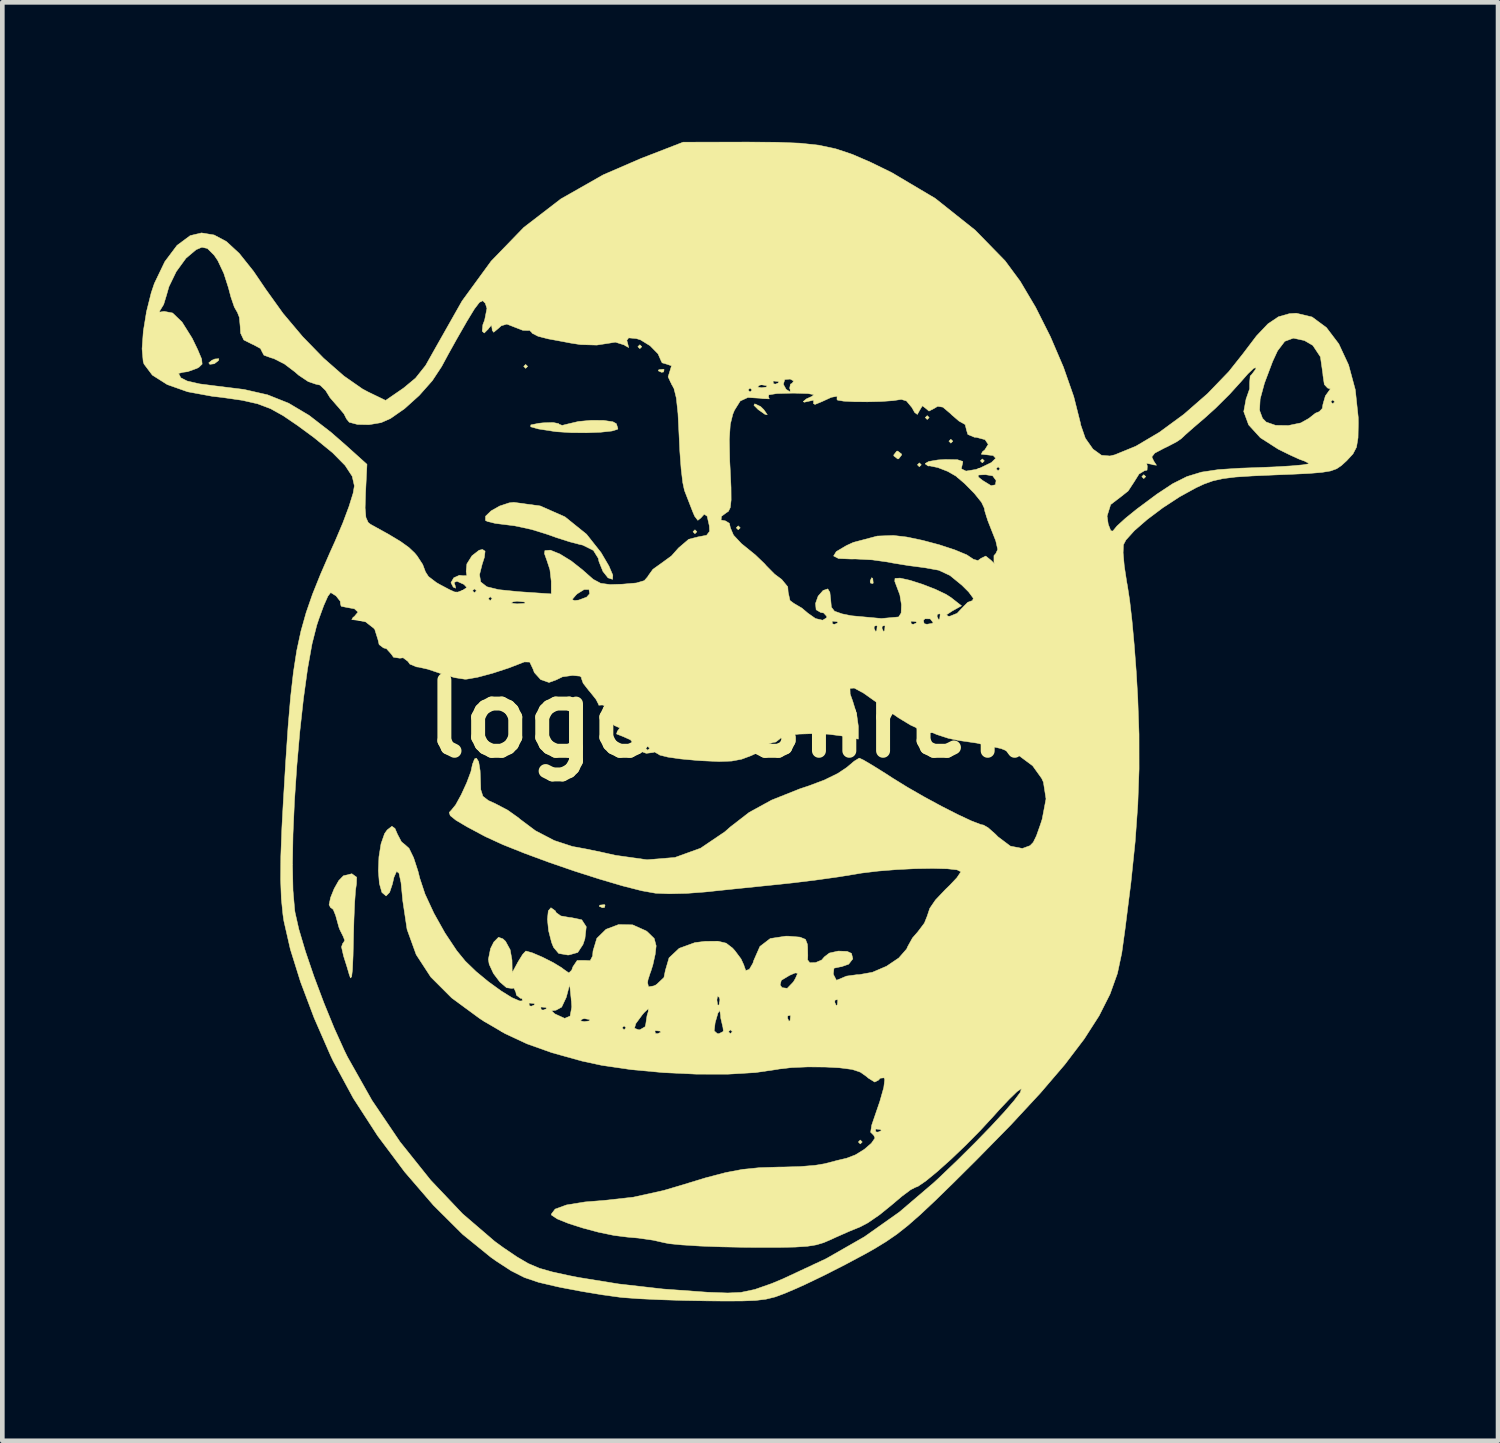
<source format=kicad_pcb>
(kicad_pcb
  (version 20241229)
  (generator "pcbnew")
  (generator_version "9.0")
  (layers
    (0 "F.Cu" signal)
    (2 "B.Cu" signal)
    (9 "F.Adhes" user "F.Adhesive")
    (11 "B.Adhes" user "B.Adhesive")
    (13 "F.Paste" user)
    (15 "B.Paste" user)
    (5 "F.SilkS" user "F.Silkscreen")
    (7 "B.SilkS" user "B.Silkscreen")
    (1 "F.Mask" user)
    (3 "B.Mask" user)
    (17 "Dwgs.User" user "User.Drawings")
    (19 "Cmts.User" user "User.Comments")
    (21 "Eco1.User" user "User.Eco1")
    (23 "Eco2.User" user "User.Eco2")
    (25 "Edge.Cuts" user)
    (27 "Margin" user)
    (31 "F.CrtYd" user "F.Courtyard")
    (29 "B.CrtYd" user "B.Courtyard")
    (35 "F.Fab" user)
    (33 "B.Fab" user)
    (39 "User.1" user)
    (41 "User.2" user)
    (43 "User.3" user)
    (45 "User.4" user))
  (footprint "logo-shrekt"
    (layer "F.Cu")
    (at 13.038 12.407)
    (property "Reference" "logo-shrekt" (at 0 0 0) (layer "F.SilkS") (effects (font (size 1.524 1.524) (thickness 0.3))))
    (attr through_hole)
    (fp_poly (pts (xy -4.741 -7.578) (xy -4.784 -7.535) (xy -4.826 -7.578) (xy -4.784 -7.62) (xy -4.741 -7.578)) (stroke (width 0.01) (type solid)) (fill yes) (layer "F.SilkS"))
    (fp_poly (pts (xy -2.286 -8.001) (xy -2.328 -7.959) (xy -2.371 -8.001) (xy -2.328 -8.043) (xy -2.286 -8.001)) (stroke (width 0.01) (type solid)) (fill yes) (layer "F.SilkS"))
    (fp_poly (pts (xy -1.101 -4.022) (xy -1.143 -3.979) (xy -1.185 -4.022) (xy -1.143 -4.064) (xy -1.101 -4.022)) (stroke (width 0.01) (type solid)) (fill yes) (layer "F.SilkS"))
    (fp_poly (pts (xy -0.169 -4.106) (xy -0.212 -4.064) (xy -0.254 -4.106) (xy -0.212 -4.149) (xy -0.169 -4.106)) (stroke (width 0.01) (type solid)) (fill yes) (layer "F.SilkS"))
    (fp_poly (pts (xy 2.455 9.102) (xy 2.413 9.144) (xy 2.371 9.102) (xy 2.413 9.059) (xy 2.455 9.102)) (stroke (width 0.01) (type solid)) (fill yes) (layer "F.SilkS"))
    (fp_poly (pts (xy 3.725 -5.461) (xy 3.683 -5.419) (xy 3.641 -5.461) (xy 3.683 -5.503) (xy 3.725 -5.461)) (stroke (width 0.01) (type solid)) (fill yes) (layer "F.SilkS"))
    (fp_poly (pts (xy 3.895 -6.477) (xy 3.852 -6.435) (xy 3.81 -6.477) (xy 3.852 -6.519) (xy 3.895 -6.477)) (stroke (width 0.01) (type solid)) (fill yes) (layer "F.SilkS"))
    (fp_poly (pts (xy 4.403 -5.969) (xy 4.36 -5.927) (xy 4.318 -5.969) (xy 4.36 -6.011) (xy 4.403 -5.969)) (stroke (width 0.01) (type solid)) (fill yes) (layer "F.SilkS"))
    (fp_poly (pts (xy 5.08 -5.546) (xy 5.038 -5.503) (xy 4.995 -5.546) (xy 5.038 -5.588) (xy 5.08 -5.546)) (stroke (width 0.01) (type solid)) (fill yes) (layer "F.SilkS"))
    (fp_poly (pts (xy 8.551 -5.207) (xy 8.509 -5.165) (xy 8.467 -5.207) (xy 8.509 -5.249) (xy 8.551 -5.207)) (stroke (width 0.01) (type solid)) (fill yes) (layer "F.SilkS"))
    (fp_poly (pts (xy -3.076 4.008) (xy -3.088 4.058) (xy -3.133 4.064) (xy -3.202 4.033) (xy -3.189 4.008) (xy -3.089 3.997) (xy -3.076 4.008)) (stroke (width 0.01) (type solid)) (fill yes) (layer "F.SilkS"))
    (fp_poly (pts (xy -1.806 -7.507) (xy -1.818 -7.457) (xy -1.863 -7.451) (xy -1.932 -7.482) (xy -1.919 -7.507) (xy -1.819 -7.517) (xy -1.806 -7.507)) (stroke (width 0.01) (type solid)) (fill yes) (layer "F.SilkS"))
    (fp_poly (pts (xy 2.681 -3.02) (xy 2.691 -2.919) (xy 2.681 -2.907) (xy 2.631 -2.919) (xy 2.625 -2.963) (xy 2.656 -3.033) (xy 2.681 -3.02)) (stroke (width 0.01) (type solid)) (fill yes) (layer "F.SilkS"))
    (fp_poly (pts (xy -11.388 -7.704) (xy -11.479 -7.634) (xy -11.576 -7.622) (xy -11.599 -7.653) (xy -11.533 -7.708) (xy -11.468 -7.737) (xy -11.381 -7.743) (xy -11.388 -7.704)) (stroke (width 0.01) (type solid)) (fill yes) (layer "F.SilkS"))
    (fp_poly (pts (xy 0.268 -6.715) (xy 0.339 -6.646) (xy 0.413 -6.539) (xy 0.364 -6.546) (xy 0.217 -6.649) (xy 0.125 -6.741) (xy 0.143 -6.773) (xy 0.268 -6.715)) (stroke (width 0.01) (type solid)) (fill yes) (layer "F.SilkS"))
    (fp_poly (pts (xy 3.3 -5.693) (xy 3.302 -5.673) (xy 3.238 -5.59) (xy 3.217 -5.588) (xy 3.135 -5.652) (xy 3.133 -5.673) (xy 3.197 -5.755) (xy 3.217 -5.757) (xy 3.3 -5.693)) (stroke (width 0.01) (type solid)) (fill yes) (layer "F.SilkS"))
    (fp_poly (pts (xy -4.146 4.131) (xy -4.127 4.17) (xy -4.027 4.241) (xy -3.83 4.275) (xy -3.803 4.276) (xy -3.577 4.324) (xy -3.48 4.473) (xy -3.509 4.73) (xy -3.55 4.853) (xy -3.663 5.026) (xy -3.855 5.08) (xy -3.884 5.08) (xy -4.073 5.047) (xy -4.184 4.915) (xy -4.225 4.813) (xy -4.291 4.556) (xy -4.315 4.312) (xy -4.297 4.131) (xy -4.24 4.064) (xy -4.146 4.131)) (stroke (width 0.01) (type solid)) (fill yes) (layer "F.SilkS"))
    (fp_poly (pts (xy -3.107 -6.416) (xy -2.906 -6.386) (xy -2.833 -6.345) (xy -2.8 -6.242) (xy -2.807 -6.225) (xy -2.927 -6.188) (xy -3.167 -6.162) (xy -3.477 -6.15) (xy -3.808 -6.153) (xy -4.11 -6.172) (xy -4.173 -6.18) (xy -4.508 -6.232) (xy -4.675 -6.278) (xy -4.673 -6.319) (xy -4.502 -6.354) (xy -4.407 -6.364) (xy -4.194 -6.371) (xy -4.074 -6.347) (xy -4.064 -6.333) (xy -3.998 -6.309) (xy -3.873 -6.34) (xy -3.648 -6.393) (xy -3.374 -6.418) (xy -3.107 -6.416)) (stroke (width 0.01) (type solid)) (fill yes) (layer "F.SilkS"))
    (fp_poly (pts (xy -4.468 -4.576) (xy -3.938 -4.342) (xy -3.474 -3.968) (xy -3.162 -3.573) (xy -2.993 -3.285) (xy -2.909 -3.088) (xy -2.914 -2.998) (xy -3.012 -3.03) (xy -3.122 -3.169) (xy -3.207 -3.38) (xy -3.222 -3.451) (xy -3.327 -3.62) (xy -3.555 -3.734) (xy -3.622 -3.749) (xy -3.83 -3.803) (xy -4.119 -3.895) (xy -4.318 -3.966) (xy -4.661 -4.072) (xy -5.017 -4.149) (xy -5.184 -4.17) (xy -5.434 -4.201) (xy -5.609 -4.244) (xy -5.648 -4.265) (xy -5.646 -4.356) (xy -5.528 -4.47) (xy -5.343 -4.575) (xy -5.137 -4.643) (xy -5.038 -4.654) (xy -4.468 -4.576)) (stroke (width 0.01) (type solid)) (fill yes) (layer "F.SilkS"))
    (fp_poly (pts (xy -8.418 3.408) (xy -8.422 3.547) (xy -8.442 3.688) (xy -8.461 3.958) (xy -8.476 4.314) (xy -8.485 4.641) (xy -8.495 5.095) (xy -8.508 5.393) (xy -8.526 5.548) (xy -8.551 5.574) (xy -8.583 5.485) (xy -8.583 5.482) (xy -8.627 5.332) (xy -8.696 5.114) (xy -8.7 5.101) (xy -8.744 4.906) (xy -8.715 4.826) (xy -8.71 4.826) (xy -8.674 4.767) (xy -8.709 4.678) (xy -8.78 4.536) (xy -8.799 4.487) (xy -8.87 4.23) (xy -8.922 4.102) (xy -8.972 4.064) (xy -8.977 4.064) (xy -9.011 4.001) (xy -8.979 3.846) (xy -8.902 3.655) (xy -8.803 3.48) (xy -8.703 3.377) (xy -8.521 3.333) (xy -8.418 3.408)) (stroke (width 0.01) (type solid)) (fill yes) (layer "F.SilkS"))
    (fp_poly (pts (xy 0.623 -12.398) (xy 1.118 -12.378) (xy 1.525 -12.334) (xy 1.887 -12.256) (xy 2.243 -12.137) (xy 2.636 -11.967) (xy 3.09 -11.745) (xy 4.024 -11.191) (xy 4.884 -10.507) (xy 5.527 -9.848) (xy 5.852 -9.408) (xy 6.184 -8.848) (xy 6.501 -8.217) (xy 6.782 -7.561) (xy 7.003 -6.929) (xy 7.145 -6.367) (xy 7.153 -6.32) (xy 7.252 -6.033) (xy 7.416 -5.8) (xy 7.418 -5.798) (xy 7.601 -5.666) (xy 7.782 -5.651) (xy 7.886 -5.676) (xy 8.338 -5.861) (xy 8.845 -6.161) (xy 9.371 -6.547) (xy 9.88 -6.991) (xy 10.337 -7.465) (xy 10.638 -7.844) (xy 10.933 -8.233) (xy 11.179 -8.492) (xy 11.406 -8.645) (xy 11.642 -8.712) (xy 11.79 -8.721) (xy 12.129 -8.64) (xy 12.437 -8.413) (xy 12.703 -8.062) (xy 12.914 -7.609) (xy 13.058 -7.076) (xy 13.121 -6.485) (xy 13.123 -6.357) (xy 13.117 -6.043) (xy 13.084 -5.841) (xy 13.008 -5.695) (xy 12.87 -5.546) (xy 12.864 -5.541) (xy 12.759 -5.445) (xy 12.657 -5.376) (xy 12.527 -5.329) (xy 12.338 -5.298) (xy 12.06 -5.275) (xy 11.662 -5.256) (xy 11.352 -5.244) (xy 10.85 -5.222) (xy 10.481 -5.198) (xy 10.209 -5.164) (xy 9.996 -5.116) (xy 9.806 -5.048) (xy 9.633 -4.968) (xy 9.279 -4.773) (xy 8.918 -4.537) (xy 8.584 -4.286) (xy 8.309 -4.047) (xy 8.126 -3.845) (xy 8.072 -3.742) (xy 8.065 -3.569) (xy 8.09 -3.285) (xy 8.142 -2.943) (xy 8.159 -2.852) (xy 8.206 -2.545) (xy 8.256 -2.109) (xy 8.304 -1.586) (xy 8.347 -1.015) (xy 8.38 -0.447) (xy 8.407 0.332) (xy 8.408 1.083) (xy 8.381 1.842) (xy 8.324 2.644) (xy 8.233 3.523) (xy 8.108 4.516) (xy 8.036 5.038) (xy 7.943 5.476) (xy 7.784 5.921) (xy 7.549 6.387) (xy 7.228 6.887) (xy 6.811 7.436) (xy 6.289 8.046) (xy 5.652 8.733) (xy 4.914 9.485) (xy 4.422 9.974) (xy 4.026 10.36) (xy 3.705 10.662) (xy 3.436 10.898) (xy 3.198 11.086) (xy 2.968 11.244) (xy 2.726 11.392) (xy 2.513 11.512) (xy 2.09 11.738) (xy 1.638 11.968) (xy 1.226 12.166) (xy 1.038 12.251) (xy 0.787 12.358) (xy 0.582 12.434) (xy 0.386 12.482) (xy 0.16 12.51) (xy -0.133 12.521) (xy -0.531 12.522) (xy -0.882 12.519) (xy -1.389 12.51) (xy -1.892 12.494) (xy -2.34 12.473) (xy -2.683 12.448) (xy -2.752 12.441) (xy -3.124 12.39) (xy -3.576 12.315) (xy -4.021 12.231) (xy -4.106 12.213) (xy -4.504 12.12) (xy -4.811 12.016) (xy -5.095 11.872) (xy -5.423 11.658) (xy -5.533 11.58) (xy -6.14 11.087) (xy -6.766 10.464) (xy -7.385 9.746) (xy -7.968 8.967) (xy -8.49 8.161) (xy -8.923 7.361) (xy -8.981 7.239) (xy -9.334 6.43) (xy -9.625 5.658) (xy -9.845 4.954) (xy -9.983 4.35) (xy -10.003 4.214) (xy -10.038 3.867) (xy -10.053 3.459) (xy -10.05 3.135) (xy -9.798 3.135) (xy -9.787 3.692) (xy -9.75 4.12) (xy -9.743 4.165) (xy -9.661 4.528) (xy -9.52 5.002) (xy -9.336 5.542) (xy -9.124 6.107) (xy -8.901 6.653) (xy -8.681 7.139) (xy -8.615 7.273) (xy -8.089 8.206) (xy -7.485 9.099) (xy -6.827 9.922) (xy -6.14 10.646) (xy -5.448 11.24) (xy -5.267 11.372) (xy -4.97 11.573) (xy -4.728 11.715) (xy -4.489 11.817) (xy -4.204 11.898) (xy -3.82 11.981) (xy -3.641 12.016) (xy -2.781 12.155) (xy -1.832 12.263) (xy -0.871 12.333) (xy -0.438 12.349) (xy -0.153 12.336) (xy 0.145 12.273) (xy 0.508 12.146) (xy 0.747 12.046) (xy 1.683 11.609) (xy 2.501 11.141) (xy 3.253 10.609) (xy 3.99 9.98) (xy 4.09 9.888) (xy 4.496 9.5) (xy 4.879 9.12) (xy 5.222 8.767) (xy 5.509 8.457) (xy 5.725 8.207) (xy 5.853 8.036) (xy 5.877 7.961) (xy 5.869 7.959) (xy 5.784 8.018) (xy 5.618 8.179) (xy 5.399 8.411) (xy 5.272 8.553) (xy 4.991 8.857) (xy 4.68 9.172) (xy 4.364 9.474) (xy 4.069 9.738) (xy 3.823 9.94) (xy 3.652 10.057) (xy 3.599 10.076) (xy 3.496 10.129) (xy 3.311 10.267) (xy 3.09 10.454) (xy 2.829 10.666) (xy 2.576 10.84) (xy 2.413 10.926) (xy 2.178 11.022) (xy 1.888 11.15) (xy 1.778 11.201) (xy 1.624 11.267) (xy 1.466 11.314) (xy 1.273 11.345) (xy 1.014 11.362) (xy 0.66 11.369) (xy 0.18 11.369) (xy -0.072 11.367) (xy -0.574 11.357) (xy -1.034 11.34) (xy -1.419 11.316) (xy -1.694 11.289) (xy -1.807 11.267) (xy -2.04 11.214) (xy -2.36 11.168) (xy -2.598 11.147) (xy -2.884 11.111) (xy -3.217 11.042) (xy -3.558 10.951) (xy -3.866 10.852) (xy -4.102 10.757) (xy -4.225 10.676) (xy -4.233 10.655) (xy -4.15 10.545) (xy -3.906 10.456) (xy -3.507 10.391) (xy -3.106 10.359) (xy -2.47 10.289) (xy -1.818 10.145) (xy -1.439 10.033) (xy -0.908 9.871) (xy -0.484 9.76) (xy -0.116 9.69) (xy 0.246 9.654) (xy 0.655 9.641) (xy 0.771 9.64) (xy 1.12 9.63) (xy 1.435 9.604) (xy 1.649 9.569) (xy 1.651 9.568) (xy 1.915 9.499) (xy 2.122 9.45) (xy 2.309 9.378) (xy 2.498 9.261) (xy 2.651 9.129) (xy 2.729 9.017) (xy 2.702 8.958) (xy 2.635 8.892) (xy 2.644 8.834) (xy 2.738 8.834) (xy 2.749 8.884) (xy 2.794 8.89) (xy 2.864 8.859) (xy 2.85 8.834) (xy 2.75 8.823) (xy 2.738 8.834) (xy 2.644 8.834) (xy 2.659 8.738) (xy 2.681 8.673) (xy 2.833 8.229) (xy 2.918 7.929) (xy 2.938 7.761) (xy 2.924 7.722) (xy 2.841 7.73) (xy 2.805 7.771) (xy 2.723 7.813) (xy 2.583 7.726) (xy 2.55 7.696) (xy 2.416 7.601) (xy 2.236 7.541) (xy 1.963 7.506) (xy 1.666 7.49) (xy 1.289 7.487) (xy 0.931 7.502) (xy 0.662 7.533) (xy 0.635 7.539) (xy 0.158 7.609) (xy -0.44 7.644) (xy -1.113 7.643) (xy -1.819 7.61) (xy -2.511 7.546) (xy -3.147 7.453) (xy -3.574 7.361) (xy -4.22 7.181) (xy -4.752 6.992) (xy -5.223 6.773) (xy -5.319 6.717) (xy -2.004 6.717) (xy -1.992 6.767) (xy -1.947 6.773) (xy -1.878 6.742) (xy -1.891 6.717) (xy -1.941 6.712) (xy -0.729 6.712) (xy -0.661 6.771) (xy -0.628 6.773) (xy -0.545 6.731) (xy -0.423 6.731) (xy -0.381 6.773) (xy -0.339 6.731) (xy -0.381 6.689) (xy -0.423 6.731) (xy -0.545 6.731) (xy -0.531 6.723) (xy -0.541 6.639) (xy -0.588 6.438) (xy -0.588 6.435) (xy 0.847 6.435) (xy 0.878 6.504) (xy 0.903 6.491) (xy 0.913 6.391) (xy 0.903 6.378) (xy 0.853 6.39) (xy 0.847 6.435) (xy -0.588 6.435) (xy -0.593 6.371) (xy -0.608 6.272) (xy -0.648 6.329) (xy -0.707 6.532) (xy -0.709 6.54) (xy -0.729 6.712) (xy -1.941 6.712) (xy -1.991 6.707) (xy -2.004 6.717) (xy -5.319 6.717) (xy -5.439 6.646) (xy -2.709 6.646) (xy -2.667 6.689) (xy -2.634 6.655) (xy -2.443 6.655) (xy -2.36 6.688) (xy -2.328 6.689) (xy -2.216 6.624) (xy -2.201 6.569) (xy -2.174 6.387) (xy -2.146 6.293) (xy -2.146 6.235) (xy -2.232 6.315) (xy -2.273 6.363) (xy -2.415 6.556) (xy -2.443 6.655) (xy -2.634 6.655) (xy -2.625 6.646) (xy -2.667 6.604) (xy -2.709 6.646) (xy -5.439 6.646) (xy -5.688 6.501) (xy -5.69 6.499) (xy -3.604 6.499) (xy -3.521 6.513) (xy -3.411 6.497) (xy -3.41 6.468) (xy -3.523 6.448) (xy -3.572 6.461) (xy -3.604 6.499) (xy -5.69 6.499) (xy -5.775 6.444) (xy -5.998 6.28) (xy -4.226 6.28) (xy -4.165 6.339) (xy -4.149 6.35) (xy -3.944 6.443) (xy -3.828 6.394) (xy -3.792 6.199) (xy -3.8 6.075) (xy -3.803 6.047) (xy -0.671 6.047) (xy -0.655 6.156) (xy -0.626 6.158) (xy -0.615 6.096) (xy 1.863 6.096) (xy 1.894 6.166) (xy 1.919 6.152) (xy 1.929 6.052) (xy 1.919 6.04) (xy 1.869 6.051) (xy 1.863 6.096) (xy -0.615 6.096) (xy -0.606 6.044) (xy -0.619 5.995) (xy -0.657 5.963) (xy -0.671 6.047) (xy -3.803 6.047) (xy -3.837 5.715) (xy -3.91 5.99) (xy -4.009 6.201) (xy -4.13 6.267) (xy -4.226 6.28) (xy -5.998 6.28) (xy -6.095 6.209) (xy -4.459 6.209) (xy -4.447 6.259) (xy -4.403 6.265) (xy -4.333 6.234) (xy -4.346 6.209) (xy -4.447 6.199) (xy -4.459 6.209) (xy -6.095 6.209) (xy -6.21 6.124) (xy -4.713 6.124) (xy -4.701 6.175) (xy -4.657 6.181) (xy -4.587 6.15) (xy -4.6 6.124) (xy -4.701 6.114) (xy -4.713 6.124) (xy -6.21 6.124) (xy -6.375 6.003) (xy -6.824 5.554) (xy -7.138 5.072) (xy -7.334 4.53) (xy -7.428 3.904) (xy -7.429 3.886) (xy -7.464 3.523) (xy -7.508 3.321) (xy -7.559 3.282) (xy -7.616 3.41) (xy -7.649 3.554) (xy -7.709 3.733) (xy -7.784 3.81) (xy -7.786 3.81) (xy -7.875 3.735) (xy -7.93 3.54) (xy -7.951 3.27) (xy -7.939 2.971) (xy -7.894 2.689) (xy -7.817 2.469) (xy -7.762 2.392) (xy -7.66 2.312) (xy -7.594 2.359) (xy -7.541 2.483) (xy -7.455 2.646) (xy -7.378 2.709) (xy -7.292 2.786) (xy -7.193 2.989) (xy -7.098 3.28) (xy -7.061 3.429) (xy -6.948 3.77) (xy -6.757 4.182) (xy -6.519 4.607) (xy -6.266 4.987) (xy -6.082 5.212) (xy -5.85 5.436) (xy -5.582 5.657) (xy -5.313 5.852) (xy -5.078 5.998) (xy -4.909 6.07) (xy -4.851 6.065) (xy -4.862 6.016) (xy -4.897 6.011) (xy -4.983 5.943) (xy -4.995 5.879) (xy -5.036 5.792) (xy -5.08 5.799) (xy -5.194 5.784) (xy -5.339 5.66) (xy -5.477 5.476) (xy -5.568 5.279) (xy -5.585 5.173) (xy -5.539 4.942) (xy -5.468 4.801) (xy -5.367 4.699) (xy -5.273 4.733) (xy -5.216 4.786) (xy -5.117 4.967) (xy -5.077 5.192) (xy -5.073 5.461) (xy -4.947 5.228) (xy -4.847 5.066) (xy -4.78 4.995) (xy -4.778 4.995) (xy -4.64 5.034) (xy -4.422 5.127) (xy -4.189 5.245) (xy -4.008 5.355) (xy -3.969 5.386) (xy -3.854 5.466) (xy -3.793 5.406) (xy -3.767 5.333) (xy -3.676 5.198) (xy -3.527 5.196) (xy -3.396 5.202) (xy -3.344 5.102) (xy -3.335 4.994) (xy -3.253 4.722) (xy -3.055 4.528) (xy -2.785 4.426) (xy -2.483 4.432) (xy -2.194 4.561) (xy -2.168 4.58) (xy -2.019 4.725) (xy -1.977 4.884) (xy -1.998 5.067) (xy -2.048 5.293) (xy -2.096 5.447) (xy -2.103 5.46) (xy -2.153 5.615) (xy -2.161 5.677) (xy -2.142 5.765) (xy -2.035 5.747) (xy -1.987 5.726) (xy 0.689 5.726) (xy 0.731 5.783) (xy 0.842 5.797) (xy 0.974 5.659) (xy 1.018 5.584) (xy 1.066 5.474) (xy 1.012 5.466) (xy 0.892 5.518) (xy 0.714 5.625) (xy 0.689 5.726) (xy -1.987 5.726) (xy -1.975 5.721) (xy -1.81 5.565) (xy -1.779 5.412) (xy -1.7 5.142) (xy -1.482 4.937) (xy -1.144 4.814) (xy -0.926 4.787) (xy -0.648 4.784) (xy -0.472 4.826) (xy -0.334 4.932) (xy -0.286 4.985) (xy -0.152 5.164) (xy -0.088 5.303) (xy -0.087 5.313) (xy -0.05 5.415) (xy 0.027 5.389) (xy 0.104 5.256) (xy 0.121 5.2) (xy 0.254 4.897) (xy 0.477 4.726) (xy 0.812 4.675) (xy 0.873 4.676) (xy 1.116 4.696) (xy 1.234 4.744) (xy 1.275 4.848) (xy 1.28 4.908) (xy 1.284 5.095) (xy 1.28 5.186) (xy 1.328 5.247) (xy 1.453 5.243) (xy 1.583 5.188) (xy 1.639 5.122) (xy 1.747 5.039) (xy 1.939 4.996) (xy 2.131 5.003) (xy 2.224 5.046) (xy 2.252 5.164) (xy 2.163 5.278) (xy 2.002 5.334) (xy 1.989 5.334) (xy 1.847 5.364) (xy 1.833 5.482) (xy 1.84 5.509) (xy 1.9 5.624) (xy 1.976 5.594) (xy 2.114 5.535) (xy 2.34 5.504) (xy 2.389 5.503) (xy 2.674 5.452) (xy 2.977 5.322) (xy 3.241 5.144) (xy 3.41 4.951) (xy 3.433 4.898) (xy 3.535 4.714) (xy 3.65 4.582) (xy 3.791 4.395) (xy 3.85 4.248) (xy 3.907 4.077) (xy 4.029 3.898) (xy 4.247 3.668) (xy 4.339 3.579) (xy 4.49 3.419) (xy 4.569 3.302) (xy 4.572 3.288) (xy 4.494 3.249) (xy 4.282 3.226) (xy 3.971 3.218) (xy 3.596 3.224) (xy 3.193 3.244) (xy 2.796 3.276) (xy 2.439 3.319) (xy 2.317 3.34) (xy 1.942 3.401) (xy 1.47 3.467) (xy 0.974 3.528) (xy 0.677 3.56) (xy 0.207 3.608) (xy -0.279 3.658) (xy -0.711 3.703) (xy -0.931 3.726) (xy -1.316 3.755) (xy -1.701 3.764) (xy -1.99 3.752) (xy -2.283 3.7) (xy -2.696 3.595) (xy -3.191 3.449) (xy -3.733 3.276) (xy -4.285 3.086) (xy -4.81 2.892) (xy -5.271 2.708) (xy -5.631 2.543) (xy -5.673 2.522) (xy -6.045 2.323) (xy -6.283 2.182) (xy -6.405 2.084) (xy -6.428 2.015) (xy -6.381 1.965) (xy -6.288 1.85) (xy -6.169 1.633) (xy -6.051 1.376) (xy -5.961 1.136) (xy -5.927 0.978) (xy -5.882 0.863) (xy -5.842 0.847) (xy -5.794 0.923) (xy -5.763 1.117) (xy -5.757 1.269) (xy -5.749 1.523) (xy -5.703 1.667) (xy -5.586 1.758) (xy -5.44 1.824) (xy -5.171 1.965) (xy -4.933 2.134) (xy -4.911 2.155) (xy -4.573 2.408) (xy -4.168 2.619) (xy -3.777 2.747) (xy -3.727 2.756) (xy -3.488 2.8) (xy -3.159 2.868) (xy -2.85 2.937) (xy -2.174 3.032) (xy -1.573 2.983) (xy -1.022 2.784) (xy -0.499 2.43) (xy -0.381 2.326) (xy 0.021 2.015) (xy 0.506 1.749) (xy 1.113 1.507) (xy 1.312 1.441) (xy 1.641 1.317) (xy 1.931 1.175) (xy 2.121 1.048) (xy 2.281 0.913) (xy 2.387 0.848) (xy 2.394 0.847) (xy 2.485 0.89) (xy 2.683 1.007) (xy 2.952 1.175) (xy 3.106 1.275) (xy 3.423 1.471) (xy 3.787 1.68) (xy 4.162 1.883) (xy 4.514 2.062) (xy 4.807 2.199) (xy 5.008 2.276) (xy 5.062 2.286) (xy 5.16 2.342) (xy 5.319 2.482) (xy 5.376 2.54) (xy 5.641 2.739) (xy 5.898 2.789) (xy 6.063 2.729) (xy 6.132 2.658) (xy 6.201 2.517) (xy 6.29 2.265) (xy 6.324 2.159) (xy 6.407 1.723) (xy 6.351 1.364) (xy 6.313 1.281) (xy 6.119 1.011) (xy 5.836 0.801) (xy 5.443 0.642) (xy 4.916 0.523) (xy 4.53 0.467) (xy 4.303 0.419) (xy 4.054 0.338) (xy 3.863 0.253) (xy 3.831 0.232) (xy 3.74 0.187) (xy 3.725 0.203) (xy 3.663 0.214) (xy 3.492 0.135) (xy 3.24 -0.017) (xy 2.933 -0.229) (xy 2.793 -0.332) (xy 2.481 -0.553) (xy 2.283 -0.66) (xy 2.191 -0.653) (xy 2.195 -0.532) (xy 2.248 -0.384) (xy 2.333 -0.107) (xy 2.371 0.162) (xy 2.371 0.174) (xy 2.371 0.438) (xy 2.011 0.369) (xy 1.723 0.332) (xy 1.401 0.32) (xy 1.094 0.33) (xy 0.846 0.36) (xy 0.706 0.408) (xy 0.691 0.426) (xy 0.594 0.501) (xy 0.543 0.508) (xy 0.435 0.545) (xy 0.423 0.573) (xy 0.353 0.642) (xy 0.174 0.743) (xy 0.064 0.794) (xy -0.14 0.87) (xy -0.352 0.91) (xy -0.622 0.92) (xy -0.999 0.903) (xy -1.101 0.896) (xy -1.45 0.864) (xy -1.729 0.824) (xy -1.9 0.781) (xy -1.933 0.759) (xy -2.014 0.714) (xy -2.04 0.725) (xy -2.189 0.744) (xy -2.354 0.684) (xy -2.4 0.635) (xy -2.201 0.635) (xy -2.159 0.677) (xy -2.117 0.635) (xy -2.159 0.593) (xy -2.201 0.635) (xy -2.4 0.635) (xy -2.451 0.58) (xy -2.455 0.554) (xy -2.528 0.454) (xy -2.684 0.384) (xy -2.829 0.327) (xy -2.811 0.265) (xy -2.804 0.26) (xy -2.76 0.197) (xy -2.872 0.147) (xy -3.015 0.043) (xy -3.048 -0.124) (xy -3.074 -0.273) (xy -3.133 -0.296) (xy -3.211 -0.291) (xy -3.217 -0.313) (xy -3.27 -0.416) (xy -3.399 -0.578) (xy -3.424 -0.606) (xy -3.547 -0.764) (xy -3.585 -0.87) (xy -3.579 -0.88) (xy -3.614 -0.916) (xy -3.769 -0.931) (xy -3.779 -0.931) (xy -3.991 -0.902) (xy -4.123 -0.838) (xy -4.281 -0.78) (xy -4.46 -0.842) (xy -4.597 -0.994) (xy -4.625 -1.069) (xy -4.696 -1.219) (xy -4.812 -1.222) (xy -4.815 -1.221) (xy -5.142 -1.094) (xy -5.494 -0.979) (xy -5.815 -0.893) (xy -6.049 -0.852) (xy -6.088 -0.85) (xy -6.309 -0.884) (xy -6.582 -0.961) (xy -6.646 -0.985) (xy -6.892 -1.067) (xy -7.088 -1.111) (xy -7.126 -1.114) (xy -7.274 -1.175) (xy -7.314 -1.232) (xy -7.418 -1.311) (xy -7.489 -1.302) (xy -7.626 -1.323) (xy -7.671 -1.388) (xy -7.776 -1.506) (xy -7.841 -1.524) (xy -7.935 -1.595) (xy -7.959 -1.699) (xy -8.033 -1.934) (xy -8.051 -1.947) (xy 2.709 -1.947) (xy 2.74 -1.878) (xy 2.766 -1.891) (xy 2.771 -1.947) (xy 2.879 -1.947) (xy 2.91 -1.878) (xy 2.935 -1.891) (xy 2.945 -1.991) (xy 2.935 -2.004) (xy 2.885 -1.992) (xy 2.879 -1.947) (xy 2.771 -1.947) (xy 2.776 -1.991) (xy 2.766 -2.004) (xy 2.715 -1.992) (xy 2.709 -1.947) (xy -8.051 -1.947) (xy -8.227 -2.085) (xy -8.245 -2.088) (xy 1.806 -2.088) (xy 1.818 -2.038) (xy 1.863 -2.032) (xy 1.932 -2.063) (xy 1.919 -2.088) (xy 3.5 -2.088) (xy 3.511 -2.038) (xy 3.556 -2.032) (xy 3.626 -2.063) (xy 3.612 -2.088) (xy 3.512 -2.099) (xy 3.5 -2.088) (xy 1.919 -2.088) (xy 1.819 -2.099) (xy 1.806 -2.088) (xy -8.245 -2.088) (xy -8.397 -2.118) (xy -8.398 -2.118) (xy 3.769 -2.118) (xy 3.787 -2.044) (xy 3.847 -2.032) (xy 3.963 -2.052) (xy 3.979 -2.069) (xy 3.917 -2.148) (xy 3.806 -2.15) (xy 3.769 -2.118) (xy -8.398 -2.118) (xy -8.523 -2.132) (xy -8.495 -2.181) (xy -8.469 -2.198) (xy -8.389 -2.294) (xy -8.466 -2.365) (xy -8.623 -2.393) (xy -8.747 -2.418) (xy -8.76 -2.444) (xy -8.766 -2.487) (xy -5.092 -2.487) (xy -4.979 -2.472) (xy -4.953 -2.472) (xy -4.808 -2.481) (xy -4.796 -2.507) (xy -4.803 -2.511) (xy -4.971 -2.528) (xy -5.057 -2.514) (xy -5.092 -2.487) (xy -8.766 -2.487) (xy -8.772 -2.529) (xy -8.814 -2.582) (xy -5.588 -2.582) (xy -5.546 -2.54) (xy -5.524 -2.562) (xy -3.786 -2.562) (xy -3.729 -2.542) (xy -3.64 -2.553) (xy -3.472 -2.616) (xy -3.407 -2.688) (xy -3.422 -2.78) (xy -3.527 -2.778) (xy -3.674 -2.687) (xy -3.703 -2.659) (xy -3.786 -2.562) (xy -5.524 -2.562) (xy -5.503 -2.582) (xy -5.546 -2.625) (xy -5.588 -2.582) (xy -8.814 -2.582) (xy -8.86 -2.641) (xy -8.966 -2.708) (xy -8.981 -2.709) (xy -9.037 -2.634) (xy -9.126 -2.434) (xy -9.231 -2.146) (xy -9.276 -2.011) (xy -9.378 -1.609) (xy -9.474 -1.072) (xy -9.562 -0.434) (xy -9.64 0.274) (xy -9.705 1.018) (xy -9.755 1.765) (xy -9.787 2.482) (xy -9.798 3.135) (xy -10.05 3.135) (xy -10.049 2.961) (xy -10.026 2.344) (xy -9.998 1.824) (xy -9.944 0.924) (xy -9.893 0.17) (xy -9.839 -0.465) (xy -9.778 -1.002) (xy -9.706 -1.468) (xy -9.616 -1.886) (xy -9.505 -2.281) (xy -9.368 -2.677) (xy -9.199 -3.098) (xy -8.995 -3.568) (xy -8.879 -3.825) (xy -8.715 -4.212) (xy -8.582 -4.568) (xy -8.494 -4.851) (xy -8.467 -5.008) (xy -8.514 -5.215) (xy -8.666 -5.447) (xy -8.935 -5.72) (xy -9.333 -6.045) (xy -9.689 -6.307) (xy -10.001 -6.519) (xy -10.271 -6.669) (xy -10.547 -6.773) (xy -10.877 -6.848) (xy -11.308 -6.91) (xy -11.52 -6.934) (xy -12.054 -7.032) (xy -12.492 -7.187) (xy -12.812 -7.39) (xy -12.991 -7.628) (xy -13.009 -7.684) (xy -13.033 -7.957) (xy -13.006 -8.333) (xy -12.939 -8.744) (xy -12.658 -8.744) (xy -12.56 -8.761) (xy -12.376 -8.726) (xy -12.173 -8.531) (xy -11.955 -8.183) (xy -11.837 -7.939) (xy -11.751 -7.735) (xy -11.741 -7.627) (xy -11.808 -7.561) (xy -11.852 -7.536) (xy -12.052 -7.464) (xy -12.154 -7.451) (xy -12.248 -7.426) (xy -12.2 -7.333) (xy -12.063 -7.263) (xy -11.793 -7.201) (xy -11.449 -7.157) (xy -10.841 -7.082) (xy -10.333 -6.966) (xy -9.881 -6.786) (xy -9.442 -6.525) (xy -8.971 -6.161) (xy -8.649 -5.88) (xy -8.196 -5.472) (xy -8.226 -4.864) (xy -8.236 -4.533) (xy -8.219 -4.331) (xy -8.17 -4.221) (xy -8.119 -4.181) (xy -7.737 -3.97) (xy -7.474 -3.812) (xy -7.297 -3.685) (xy -7.172 -3.567) (xy -7.12 -3.505) (xy -6.998 -3.318) (xy -6.943 -3.172) (xy -6.943 -3.166) (xy -6.874 -3.059) (xy -6.702 -2.928) (xy -6.625 -2.884) (xy -6.419 -2.775) (xy -6.309 -2.726) (xy -6.241 -2.724) (xy -6.168 -2.752) (xy -5.927 -2.752) (xy -5.884 -2.709) (xy -5.842 -2.752) (xy -5.884 -2.794) (xy -5.927 -2.752) (xy -6.168 -2.752) (xy -6.16 -2.755) (xy -6.138 -2.763) (xy -6.048 -2.822) (xy -6.11 -2.889) (xy -6.261 -2.957) (xy -6.323 -2.93) (xy -6.3 -2.866) (xy -6.289 -2.808) (xy -6.341 -2.831) (xy -6.39 -2.927) (xy -6.33 -3.031) (xy -6.208 -3.086) (xy -6.131 -3.076) (xy -6.048 -3.078) (xy -6.063 -3.169) (xy -6.048 -3.33) (xy -5.938 -3.505) (xy -5.785 -3.624) (xy -5.712 -3.641) (xy -5.656 -3.604) (xy -5.671 -3.472) (xy -5.719 -3.323) (xy -5.776 -3.098) (xy -5.75 -2.942) (xy -5.619 -2.839) (xy -5.362 -2.776) (xy -4.958 -2.735) (xy -4.922 -2.732) (xy -4.233 -2.685) (xy -4.233 -2.957) (xy -4.262 -3.207) (xy -4.325 -3.399) (xy -4.379 -3.551) (xy -4.37 -3.617) (xy -4.252 -3.626) (xy -4.049 -3.544) (xy -3.803 -3.393) (xy -3.554 -3.196) (xy -3.52 -3.165) (xy -3.33 -2.998) (xy -3.17 -2.913) (xy -2.97 -2.886) (xy -2.703 -2.894) (xy -2.403 -2.92) (xy -2.233 -2.97) (xy -2.157 -3.056) (xy -2.152 -3.069) (xy -2.047 -3.214) (xy -1.869 -3.341) (xy -1.648 -3.502) (xy -1.496 -3.673) (xy -1.277 -3.86) (xy -1.081 -3.91) (xy -0.893 -3.946) (xy -0.828 -4.031) (xy -0.834 -4.149) (xy -0.862 -4.273) (xy -0.581 -4.273) (xy -0.487 -4.255) (xy -0.402 -4.203) (xy -0.381 -4.106) (xy -0.314 -3.949) (xy -0.143 -3.766) (xy -0.077 -3.713) (xy 0.156 -3.524) (xy 0.356 -3.332) (xy 0.392 -3.29) (xy 0.57 -3.11) (xy 0.723 -2.996) (xy 0.853 -2.838) (xy 0.862 -2.72) (xy 0.901 -2.543) (xy 0.983 -2.482) (xy 1.158 -2.379) (xy 1.285 -2.271) (xy 1.45 -2.155) (xy 1.603 -2.119) (xy 1.689 -2.171) (xy 1.693 -2.201) (xy 1.624 -2.276) (xy 1.561 -2.286) (xy 1.463 -2.344) (xy 1.45 -2.48) (xy 1.506 -2.637) (xy 1.613 -2.759) (xy 1.714 -2.793) (xy 1.759 -2.72) (xy 1.778 -2.546) (xy 1.791 -2.4) (xy 1.858 -2.313) (xy 2.021 -2.256) (xy 2.223 -2.215) (xy 2.867 -2.156) (xy 3.239 -2.19) (xy 3.245 -2.201) (xy 4.064 -2.201) (xy 4.095 -2.132) (xy 4.12 -2.145) (xy 4.131 -2.245) (xy 4.12 -2.258) (xy 4.07 -2.246) (xy 4.064 -2.201) (xy 3.245 -2.201) (xy 3.291 -2.274) (xy 3.298 -2.453) (xy 3.264 -2.663) (xy 3.21 -2.807) (xy 3.154 -2.956) (xy 3.159 -3.018) (xy 3.268 -3.025) (xy 3.48 -2.978) (xy 3.749 -2.892) (xy 4.023 -2.786) (xy 4.255 -2.676) (xy 4.363 -2.607) (xy 4.59 -2.429) (xy 4.391 -2.318) (xy 4.269 -2.238) (xy 4.295 -2.207) (xy 4.338 -2.204) (xy 4.496 -2.268) (xy 4.592 -2.371) (xy 4.724 -2.505) (xy 4.825 -2.541) (xy 4.844 -2.591) (xy 4.744 -2.726) (xy 4.599 -2.871) (xy 4.342 -3.081) (xy 4.101 -3.194) (xy 3.794 -3.249) (xy 3.45 -3.294) (xy 3.106 -3.35) (xy 2.986 -3.373) (xy 2.669 -3.417) (xy 2.313 -3.436) (xy 2.212 -3.435) (xy 1.945 -3.446) (xy 1.839 -3.501) (xy 1.896 -3.595) (xy 2.114 -3.724) (xy 2.262 -3.792) (xy 2.779 -3.929) (xy 3.125 -3.942) (xy 3.408 -3.909) (xy 3.752 -3.837) (xy 4.113 -3.741) (xy 4.445 -3.632) (xy 4.703 -3.525) (xy 4.841 -3.433) (xy 4.844 -3.43) (xy 4.943 -3.402) (xy 5.006 -3.448) (xy 5.111 -3.499) (xy 5.227 -3.405) (xy 5.227 -3.405) (xy 5.296 -3.335) (xy 5.287 -3.375) (xy 5.287 -3.509) (xy 5.326 -3.551) (xy 5.368 -3.641) (xy 5.326 -3.827) (xy 5.252 -4.014) (xy 5.153 -4.266) (xy 5.124 -4.359) (xy 7.72 -4.359) (xy 7.745 -4.183) (xy 7.8 -4.044) (xy 7.846 -4.036) (xy 7.849 -4.043) (xy 7.933 -4.145) (xy 8.115 -4.311) (xy 8.356 -4.506) (xy 8.368 -4.515) (xy 8.79 -4.829) (xy 9.132 -5.055) (xy 9.437 -5.208) (xy 9.751 -5.304) (xy 10.12 -5.359) (xy 10.587 -5.389) (xy 10.905 -5.4) (xy 11.331 -5.417) (xy 11.683 -5.438) (xy 11.935 -5.461) (xy 12.057 -5.483) (xy 12.063 -5.492) (xy 11.956 -5.546) (xy 11.952 -5.546) (xy 11.853 -5.582) (xy 11.649 -5.675) (xy 11.403 -5.796) (xy 11.016 -6.044) (xy 10.764 -6.32) (xy 10.659 -6.606) (xy 10.664 -6.632) (xy 10.999 -6.632) (xy 11.063 -6.461) (xy 11.143 -6.38) (xy 11.344 -6.31) (xy 11.618 -6.306) (xy 11.886 -6.362) (xy 12.06 -6.46) (xy 12.202 -6.572) (xy 12.283 -6.604) (xy 12.349 -6.674) (xy 12.361 -6.756) (xy 12.378 -6.816) (xy 12.531 -6.816) (xy 12.573 -6.773) (xy 12.615 -6.816) (xy 12.573 -6.858) (xy 12.531 -6.816) (xy 12.378 -6.816) (xy 12.415 -6.944) (xy 12.463 -7.01) (xy 12.522 -7.094) (xy 12.463 -7.112) (xy 12.392 -7.188) (xy 12.362 -7.388) (xy 12.361 -7.414) (xy 12.308 -7.783) (xy 12.145 -8.029) (xy 11.964 -8.134) (xy 11.726 -8.185) (xy 11.542 -8.117) (xy 11.386 -7.912) (xy 11.28 -7.683) (xy 11.105 -7.218) (xy 11.012 -6.876) (xy 10.999 -6.632) (xy 10.664 -6.632) (xy 10.711 -6.887) (xy 10.717 -6.898) (xy 10.785 -7.095) (xy 10.786 -7.233) (xy 10.797 -7.369) (xy 10.832 -7.405) (xy 10.917 -7.519) (xy 10.922 -7.55) (xy 10.874 -7.538) (xy 10.75 -7.42) (xy 10.6 -7.249) (xy 10.356 -6.98) (xy 10.054 -6.68) (xy 9.817 -6.466) (xy 9.583 -6.266) (xy 9.404 -6.108) (xy 9.315 -6.024) (xy 9.313 -6.022) (xy 9.216 -5.956) (xy 9.023 -5.855) (xy 8.945 -5.818) (xy 8.746 -5.713) (xy 8.682 -5.631) (xy 8.724 -5.541) (xy 8.783 -5.452) (xy 8.706 -5.462) (xy 8.676 -5.473) (xy 8.571 -5.492) (xy 8.585 -5.433) (xy 8.58 -5.347) (xy 8.524 -5.334) (xy 8.408 -5.264) (xy 8.305 -5.099) (xy 8.174 -4.899) (xy 8.027 -4.782) (xy 7.797 -4.606) (xy 7.72 -4.359) (xy 5.124 -4.359) (xy 5.091 -4.464) (xy 5.08 -4.528) (xy 5.02 -4.655) (xy 4.867 -4.845) (xy 4.657 -5.058) (xy 4.491 -5.2) (xy 4.95 -5.2) (xy 5.043 -5.125) (xy 5.226 -5.013) (xy 5.317 -5.031) (xy 5.334 -5.122) (xy 5.26 -5.224) (xy 5.106 -5.249) (xy 4.951 -5.242) (xy 4.95 -5.2) (xy 4.491 -5.2) (xy 4.47 -5.218) (xy 4.295 -5.319) (xy 4.081 -5.402) (xy 3.907 -5.438) (xy 3.873 -5.435) (xy 3.811 -5.479) (xy 3.81 -5.49) (xy 3.886 -5.533) (xy 4.082 -5.566) (xy 4.239 -5.576) (xy 4.502 -5.571) (xy 4.617 -5.534) (xy 4.615 -5.505) (xy 4.585 -5.376) (xy 4.686 -5.326) (xy 4.897 -5.361) (xy 4.94 -5.376) (xy 5.334 -5.376) (xy 5.376 -5.334) (xy 5.419 -5.376) (xy 5.376 -5.419) (xy 5.334 -5.376) (xy 4.94 -5.376) (xy 4.996 -5.396) (xy 5.232 -5.51) (xy 5.325 -5.602) (xy 5.27 -5.661) (xy 5.144 -5.675) (xy 5.015 -5.689) (xy 5.04 -5.742) (xy 5.09 -5.782) (xy 5.164 -5.901) (xy 5.096 -6.002) (xy 4.91 -6.052) (xy 4.868 -6.054) (xy 4.726 -6.114) (xy 4.699 -6.201) (xy 4.668 -6.326) (xy 4.634 -6.347) (xy 4.536 -6.401) (xy 4.38 -6.535) (xy 4.351 -6.564) (xy 4.189 -6.701) (xy 4.077 -6.719) (xy 4.007 -6.677) (xy 3.89 -6.616) (xy 3.815 -6.68) (xy 3.748 -6.73) (xy 3.69 -6.635) (xy 3.64 -6.544) (xy 3.582 -6.587) (xy 3.524 -6.692) (xy 3.406 -6.834) (xy 3.295 -6.868) (xy 3.119 -6.841) (xy 2.862 -6.823) (xy 2.569 -6.816) (xy 2.285 -6.818) (xy 2.055 -6.83) (xy 1.924 -6.852) (xy 1.911 -6.868) (xy 1.914 -6.936) (xy 1.788 -6.912) (xy 1.585 -6.819) (xy 1.438 -6.759) (xy 1.403 -6.782) (xy 1.408 -6.791) (xy 1.408 -6.851) (xy 1.326 -6.833) (xy 1.208 -6.807) (xy 1.185 -6.821) (xy 1.254 -6.879) (xy 1.373 -6.933) (xy 1.413 -6.97) (xy 1.29 -6.993) (xy 1.001 -7.002) (xy 0.944 -7.002) (xy 0.615 -6.993) (xy 0.446 -6.966) (xy 0.438 -6.924) (xy 0.456 -6.879) (xy 0.314 -6.884) (xy 0.254 -6.893) (xy -0.005 -6.909) (xy -0.169 -6.833) (xy -0.294 -6.633) (xy -0.329 -6.548) (xy -0.383 -6.33) (xy -0.404 -6.004) (xy -0.395 -5.545) (xy -0.386 -5.382) (xy -0.367 -4.973) (xy -0.365 -4.703) (xy -0.383 -4.542) (xy -0.424 -4.459) (xy -0.464 -4.434) (xy -0.573 -4.353) (xy -0.581 -4.273) (xy -0.862 -4.273) (xy -0.88 -4.355) (xy -0.944 -4.399) (xy -1.016 -4.318) (xy -1.081 -4.267) (xy -1.149 -4.355) (xy -1.189 -4.448) (xy -1.289 -4.705) (xy -1.369 -4.911) (xy -1.405 -5.079) (xy -1.44 -5.373) (xy -1.468 -5.748) (xy -1.484 -6.085) (xy -1.508 -6.566) (xy -1.544 -6.899) (xy -1.586 -7.07) (xy 0 -7.07) (xy 0.042 -7.027) (xy 0.085 -7.07) (xy 0.042 -7.112) (xy 0 -7.07) (xy -1.586 -7.07) (xy -1.595 -7.105) (xy -1.61 -7.132) (xy 0.206 -7.132) (xy 0.289 -7.119) (xy 0.399 -7.134) (xy 0.4 -7.163) (xy 0.287 -7.183) (xy 0.238 -7.17) (xy 0.206 -7.132) (xy -1.61 -7.132) (xy -1.641 -7.186) (xy -1.644 -7.193) (xy 0.758 -7.193) (xy 0.818 -7.084) (xy 0.905 -7.029) (xy 0.903 -7.088) (xy 0.893 -7.105) (xy 0.911 -7.196) (xy 0.948 -7.216) (xy 0.979 -7.264) (xy 0.906 -7.305) (xy 0.789 -7.295) (xy 0.758 -7.193) (xy -1.644 -7.193) (xy -1.673 -7.253) (xy 0.536 -7.253) (xy 0.548 -7.203) (xy 0.593 -7.197) (xy 0.662 -7.228) (xy 0.649 -7.253) (xy 0.549 -7.263) (xy 0.536 -7.253) (xy -1.673 -7.253) (xy -1.72 -7.353) (xy -1.683 -7.472) (xy -1.647 -7.59) (xy -1.731 -7.62) (xy -1.848 -7.654) (xy -1.865 -7.684) (xy -1.937 -7.848) (xy -2.107 -8.021) (xy -2.313 -8.148) (xy -2.404 -8.176) (xy -2.569 -8.191) (xy -2.608 -8.137) (xy -2.591 -8.077) (xy -2.568 -7.983) (xy -2.642 -8.022) (xy -2.661 -8.038) (xy -2.855 -8.099) (xy -2.98 -8.078) (xy -3.254 -8.036) (xy -3.602 -8.046) (xy -3.815 -8.079) (xy -3.971 -8.109) (xy -4.214 -8.154) (xy -4.297 -8.169) (xy -4.516 -8.225) (xy -4.643 -8.29) (xy -4.657 -8.313) (xy -4.707 -8.358) (xy -4.726 -8.349) (xy -4.844 -8.353) (xy -5.014 -8.419) (xy -5.188 -8.487) (xy -5.308 -8.451) (xy -5.368 -8.397) (xy -5.471 -8.311) (xy -5.503 -8.353) (xy -5.505 -8.385) (xy -5.518 -8.466) (xy -5.576 -8.399) (xy -5.585 -8.384) (xy -5.674 -8.295) (xy -5.718 -8.336) (xy -5.704 -8.474) (xy -5.666 -8.573) (xy -5.616 -8.825) (xy -5.652 -8.935) (xy -5.706 -8.989) (xy -5.777 -8.955) (xy -5.886 -8.812) (xy -6.051 -8.541) (xy -6.074 -8.5) (xy -6.265 -8.167) (xy -6.446 -7.842) (xy -6.582 -7.59) (xy -6.588 -7.578) (xy -6.791 -7.27) (xy -7.072 -6.953) (xy -7.388 -6.668) (xy -7.692 -6.456) (xy -7.892 -6.368) (xy -8.153 -6.324) (xy -8.399 -6.329) (xy -8.577 -6.376) (xy -8.636 -6.448) (xy -8.691 -6.557) (xy -8.824 -6.715) (xy -8.835 -6.726) (xy -8.991 -6.906) (xy -9.086 -7.06) (xy -9.087 -7.061) (xy -9.205 -7.175) (xy -9.302 -7.197) (xy -9.461 -7.252) (xy -9.667 -7.39) (xy -9.742 -7.456) (xy -9.97 -7.629) (xy -10.2 -7.746) (xy -10.258 -7.762) (xy -10.412 -7.818) (xy -10.449 -7.886) (xy -10.486 -7.962) (xy -10.639 -8.045) (xy -10.662 -8.054) (xy -10.845 -8.146) (xy -10.914 -8.292) (xy -10.922 -8.428) (xy -10.941 -8.633) (xy -10.987 -8.75) (xy -10.992 -8.754) (xy -11.049 -8.854) (xy -11.122 -9.068) (xy -11.176 -9.271) (xy -11.275 -9.579) (xy -11.404 -9.853) (xy -11.482 -9.968) (xy -11.628 -10.114) (xy -11.746 -10.14) (xy -11.87 -10.088) (xy -12.089 -9.903) (xy -12.298 -9.616) (xy -12.455 -9.292) (xy -12.504 -9.12) (xy -12.568 -8.91) (xy -12.647 -8.78) (xy -12.65 -8.779) (xy -12.658 -8.744) (xy -12.939 -8.744) (xy -12.938 -8.753) (xy -12.836 -9.161) (xy -12.769 -9.36) (xy -12.543 -9.831) (xy -12.281 -10.18) (xy -11.998 -10.39) (xy -11.755 -10.448) (xy -11.484 -10.404) (xy -11.219 -10.263) (xy -10.942 -10.007) (xy -10.635 -9.622) (xy -10.37 -9.232) (xy -10.001 -8.717) (xy -9.577 -8.214) (xy -9.13 -7.755) (xy -8.692 -7.371) (xy -8.292 -7.092) (xy -8.172 -7.028) (xy -7.795 -6.846) (xy -7.41 -7.111) (xy -7.152 -7.325) (xy -6.935 -7.598) (xy -6.719 -7.982) (xy -6.151 -8.985) (xy -5.526 -9.841) (xy -4.824 -10.566) (xy -4.027 -11.179) (xy -3.116 -11.697) (xy -2.308 -12.047) (xy -1.397 -12.4) (xy 0 -12.402) (xy 0.623 -12.398)) (stroke (width 0.01) (type solid)) (fill yes) (layer "F.SilkS")))
  (gr_rect
    (start -3 -3)
    (end 29.166 27.934)
    (stroke (width 0.1) (type default))
    (fill no)
    (layer "Edge.Cuts")))
</source>
